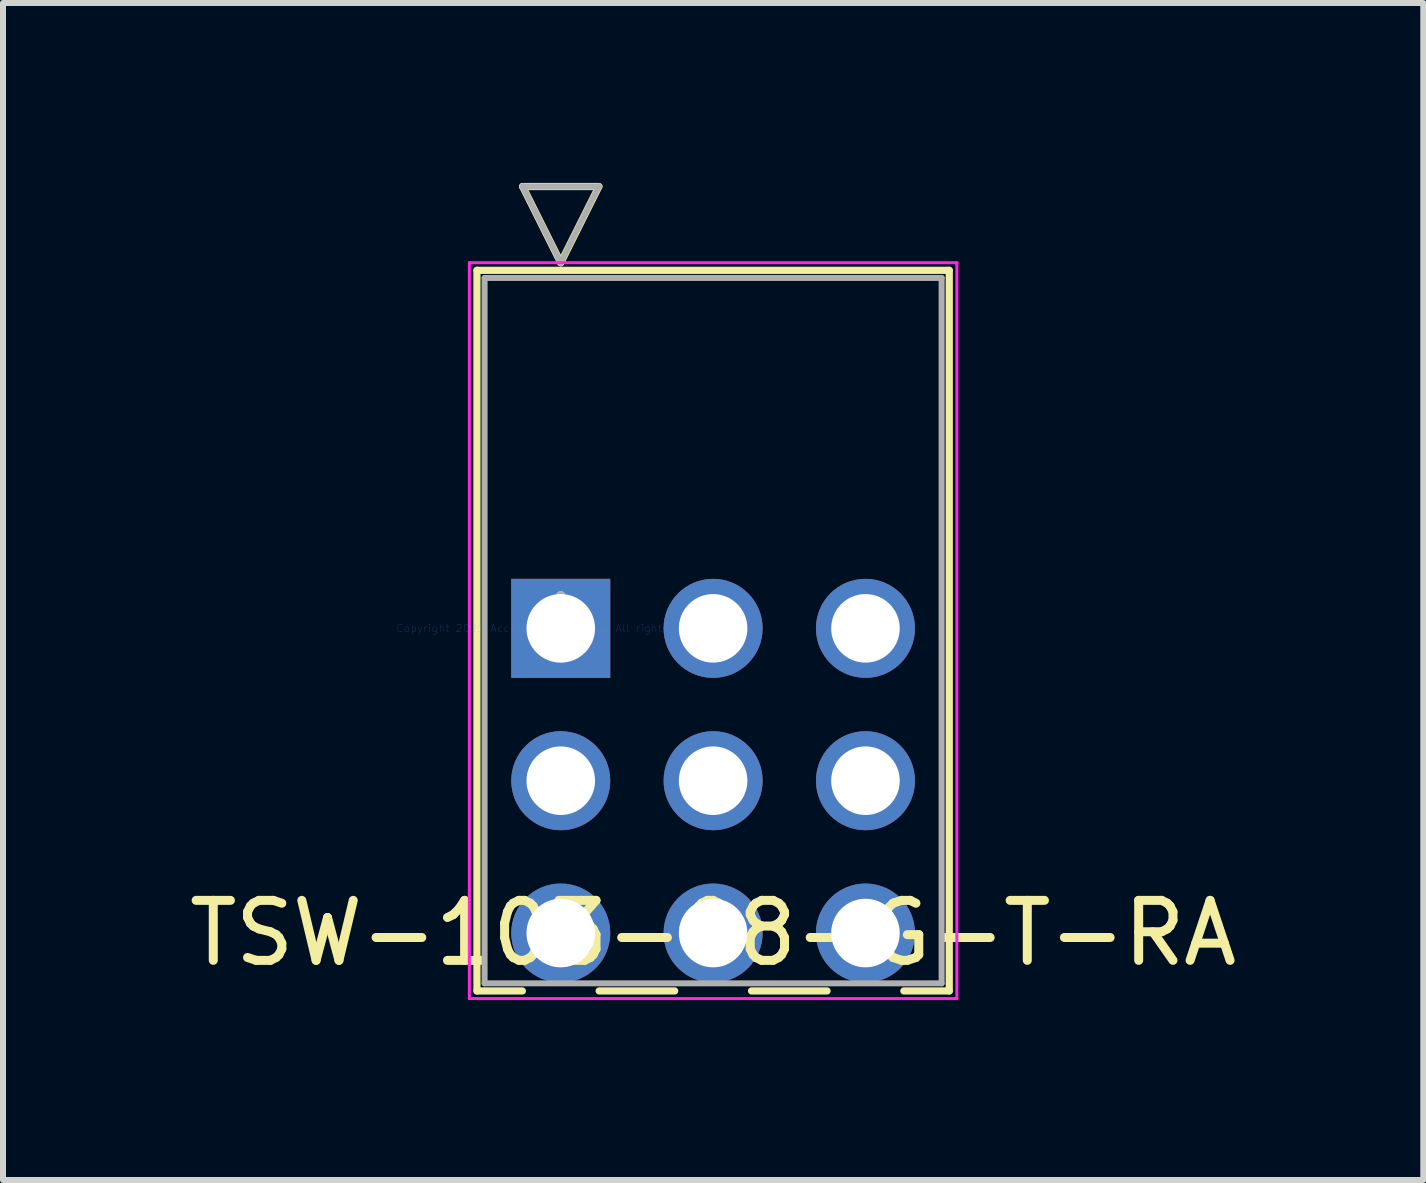
<source format=kicad_pcb>
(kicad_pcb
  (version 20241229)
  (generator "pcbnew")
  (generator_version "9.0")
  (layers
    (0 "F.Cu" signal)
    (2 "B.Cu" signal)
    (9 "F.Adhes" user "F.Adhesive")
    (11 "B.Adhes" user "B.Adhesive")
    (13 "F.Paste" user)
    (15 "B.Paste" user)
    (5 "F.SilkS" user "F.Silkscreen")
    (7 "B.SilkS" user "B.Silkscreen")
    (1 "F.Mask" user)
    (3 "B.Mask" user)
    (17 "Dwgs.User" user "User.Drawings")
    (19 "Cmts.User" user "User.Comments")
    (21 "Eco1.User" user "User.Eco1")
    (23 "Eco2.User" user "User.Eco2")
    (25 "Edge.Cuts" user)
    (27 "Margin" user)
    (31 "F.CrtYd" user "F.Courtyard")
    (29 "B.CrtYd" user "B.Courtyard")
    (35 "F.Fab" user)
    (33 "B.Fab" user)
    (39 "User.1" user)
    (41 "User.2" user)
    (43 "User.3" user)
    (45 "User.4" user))
  (footprint "TSW-103-08-G-T-RA"
    (layer "F.Cu")
    (at 6.299 7.426)
    (property "Reference" "TSW-103-08-G-T-RA" (at 2.54 5.08 0) (layer "F.SilkS") (effects (font (size 1 1) (thickness 0.15))))
    (attr through_hole)
    (fp_line (start -1.397 -5.969) (end -1.397 6.045) (stroke (width 0.12) (type solid)) (layer "F.SilkS"))
    (fp_line (start -1.397 6.045) (end -0.64 6.045) (stroke (width 0.12) (type solid)) (layer "F.SilkS"))
    (fp_line (start -0.635 -7.366) (end 0.635 -7.366) (stroke (width 0.12) (type solid)) (layer "F.SilkS"))
    (fp_line (start 0 -6.096) (end -0.635 -7.366) (stroke (width 0.12) (type solid)) (layer "F.SilkS"))
    (fp_line (start 0.635 -7.366) (end 0 -6.096) (stroke (width 0.12) (type solid)) (layer "F.SilkS"))
    (fp_line (start 0.64 6.045) (end 1.9 6.045) (stroke (width 0.12) (type solid)) (layer "F.SilkS"))
    (fp_line (start 3.18 6.045) (end 4.44 6.045) (stroke (width 0.12) (type solid)) (layer "F.SilkS"))
    (fp_line (start 5.72 6.045) (end 6.477 6.045) (stroke (width 0.12) (type solid)) (layer "F.SilkS"))
    (fp_line (start 6.477 -5.969) (end -1.397 -5.969) (stroke (width 0.12) (type solid)) (layer "F.SilkS"))
    (fp_line (start 6.477 6.045) (end 6.477 -5.969) (stroke (width 0.12) (type solid)) (layer "F.SilkS"))
    (fp_line (start -1.524 -6.096) (end -1.524 6.172) (stroke (width 0.05) (type solid)) (layer "F.CrtYd"))
    (fp_line (start -1.524 6.172) (end 6.604 6.172) (stroke (width 0.05) (type solid)) (layer "F.CrtYd"))
    (fp_line (start 6.604 -6.096) (end -1.524 -6.096) (stroke (width 0.05) (type solid)) (layer "F.CrtYd"))
    (fp_line (start 6.604 6.172) (end 6.604 -6.096) (stroke (width 0.05) (type solid)) (layer "F.CrtYd"))
    (fp_line (start -1.27 -5.842) (end -1.27 5.918) (stroke (width 0.1) (type solid)) (layer "F.Fab"))
    (fp_line (start -1.27 5.918) (end 6.35 5.918) (stroke (width 0.1) (type solid)) (layer "F.Fab"))
    (fp_line (start -0.635 -7.366) (end 0.635 -7.366) (stroke (width 0.1) (type solid)) (layer "F.Fab"))
    (fp_line (start 0 -6.096) (end -0.635 -7.366) (stroke (width 0.1) (type solid)) (layer "F.Fab"))
    (fp_line (start 0.635 -7.366) (end 0 -6.096) (stroke (width 0.1) (type solid)) (layer "F.Fab"))
    (fp_line (start 6.35 -5.842) (end -1.27 -5.842) (stroke (width 0.1) (type solid)) (layer "F.Fab"))
    (fp_line (start 6.35 5.918) (end 6.35 -5.842) (stroke (width 0.1) (type solid)) (layer "F.Fab"))
    (fp_text user "*" (at 0 0 0) (layer "F.SilkS") (effects (font (size 1 1) (thickness 0.15))))
    (fp_text user "Copyright 2021 Accelerated Designs. All rights reserved." (at 0 0 0) (layer "Cmts.User") (effects (font (size 0.127 0.127) (thickness 0.002))))
    (fp_text user "*" (at 0 0 0) (layer "F.Fab") (effects (font (size 1 1) (thickness 0.15))))
    (pad "1" thru_hole rect (at 0 0) (size 1.651 1.651) (drill 1.143) (layers "*.Cu" "*.Mask"))
    (pad "2" thru_hole circle (at 2.54 0) (size 1.651 1.651) (drill 1.143) (layers "*.Cu" "*.Mask"))
    (pad "3" thru_hole circle (at 5.08 0) (size 1.651 1.651) (drill 1.143) (layers "*.Cu" "*.Mask"))
    (pad "4" thru_hole circle (at 0 2.54) (size 1.651 1.651) (drill 1.143) (layers "*.Cu" "*.Mask"))
    (pad "5" thru_hole circle (at 2.54 2.54) (size 1.651 1.651) (drill 1.143) (layers "*.Cu" "*.Mask"))
    (pad "6" thru_hole circle (at 5.08 2.54) (size 1.651 1.651) (drill 1.143) (layers "*.Cu" "*.Mask"))
    (pad "7" thru_hole circle (at 0 5.08) (size 1.651 1.651) (drill 1.143) (layers "*.Cu" "*.Mask"))
    (pad "8" thru_hole circle (at 2.54 5.08) (size 1.651 1.651) (drill 1.143) (layers "*.Cu" "*.Mask"))
    (pad "9" thru_hole circle (at 5.08 5.08) (size 1.651 1.651) (drill 1.143) (layers "*.Cu" "*.Mask")))
  (gr_rect
    (start -3 -3)
    (end 20.679 16.623)
    (stroke (width 0.1) (type default))
    (fill no)
    (layer "Edge.Cuts")))
</source>
